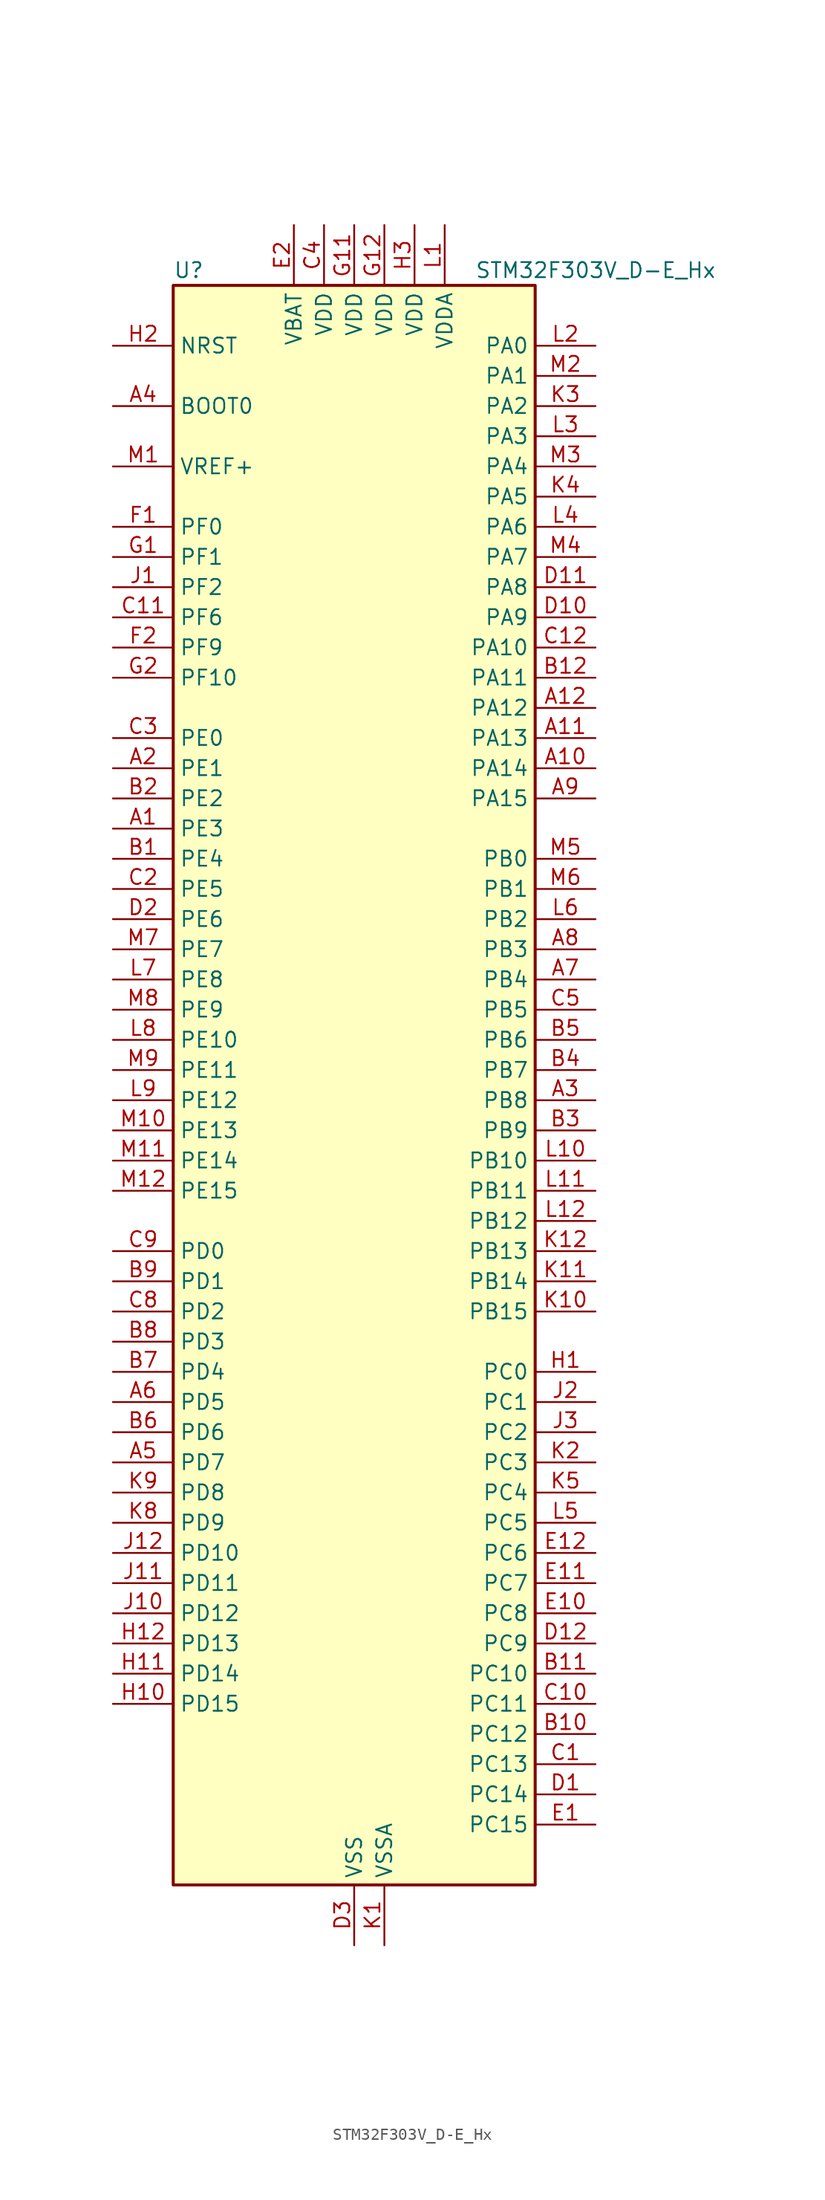
<source format=kicad_sym>
(kicad_symbol_lib
  (version 20241209)
  (generator "kicad_symbol_editor")
  (generator_version "9.0")
  (symbol "STM32F303V_D-E_Hx"
    (property "Reference" "U"
      (at -15.24 69.85 0)
      (effects (font (size 1.27 1.27)) (justify left)))
    (property "Value" "STM32F303V_D-E_Hx"
      (at 10.16 69.85 0)
      (effects (font (size 1.27 1.27)) (justify left)))
    (symbol "STM32F303V_D-E_Hx_0_1"
      (rectangle (start -15.24 -66.04) (end 15.24 68.58) (stroke (width 0.254) (type default)) (fill (type background))))
    (symbol "STM32F303V_D-E_Hx_1_1"
      (pin input line (at -20.32 63.5 0) (length 5.08) (name "NRST" (effects (font (size 1.27 1.27)))) (number "H2" (effects (font (size 1.27 1.27)))))
      (pin input line (at -20.32 58.42 0) (length 5.08) (name "BOOT0" (effects (font (size 1.27 1.27)))) (number "A4" (effects (font (size 1.27 1.27)))))
      (pin input line (at -20.32 53.34 0) (length 5.08) (name "VREF+" (effects (font (size 1.27 1.27)))) (number "M1" (effects (font (size 1.27 1.27)))))
      (pin bidirectional line (at -20.32 48.26 0) (length 5.08) (name "PF0" (effects (font (size 1.27 1.27)))) (number "F1" (effects (font (size 1.27 1.27)))) (alternate "I2C2_SDA" bidirectional line) (alternate "I2S2_WS" bidirectional line) (alternate "RCC_OSC_IN" bidirectional line) (alternate "SPI2_NSS" bidirectional line) (alternate "TIM1_CH3N" bidirectional line))
      (pin bidirectional line (at -20.32 45.72 0) (length 5.08) (name "PF1" (effects (font (size 1.27 1.27)))) (number "G1" (effects (font (size 1.27 1.27)))) (alternate "I2C2_SCL" bidirectional line) (alternate "I2S2_CK" bidirectional line) (alternate "RCC_OSC_OUT" bidirectional line) (alternate "SPI2_SCK" bidirectional line))
      (pin bidirectional line (at -20.32 43.18 0) (length 5.08) (name "PF2" (effects (font (size 1.27 1.27)))) (number "J1" (effects (font (size 1.27 1.27)))) (alternate "ADC1_IN10" bidirectional line) (alternate "ADC2_IN10" bidirectional line) (alternate "ADC3_EXTI2" bidirectional line) (alternate "ADC4_EXTI2" bidirectional line) (alternate "FMC_A2" bidirectional line) (alternate "TIM20_CH3" bidirectional line))
      (pin bidirectional line (at -20.32 40.64 0) (length 5.08) (name "PF6" (effects (font (size 1.27 1.27)))) (number "C11" (effects (font (size 1.27 1.27)))) (alternate "FMC_NIORD" bidirectional line) (alternate "I2C2_SCL" bidirectional line) (alternate "TIM4_CH4" bidirectional line) (alternate "USART3_DE" bidirectional line) (alternate "USART3_RTS" bidirectional line))
      (pin bidirectional line (at -20.32 38.1 0) (length 5.08) (name "PF9" (effects (font (size 1.27 1.27)))) (number "F2" (effects (font (size 1.27 1.27)))) (alternate "DAC1_EXTI9" bidirectional line) (alternate "FMC_CD" bidirectional line) (alternate "SPI2_SCK" bidirectional line) (alternate "TIM15_CH1" bidirectional line) (alternate "TIM20_BKIN" bidirectional line))
      (pin bidirectional line (at -20.32 35.56 0) (length 5.08) (name "PF10" (effects (font (size 1.27 1.27)))) (number "G2" (effects (font (size 1.27 1.27)))) (alternate "FMC_INTR" bidirectional line) (alternate "SPI2_SCK" bidirectional line) (alternate "TIM15_CH2" bidirectional line) (alternate "TIM20_BKIN2" bidirectional line))
      (pin bidirectional line (at -20.32 30.48 0) (length 5.08) (name "PE0" (effects (font (size 1.27 1.27)))) (number "C3" (effects (font (size 1.27 1.27)))) (alternate "FMC_NBL0" bidirectional line) (alternate "TIM16_CH1" bidirectional line) (alternate "TIM20_ETR" bidirectional line) (alternate "TIM4_ETR" bidirectional line) (alternate "USART1_TX" bidirectional line))
      (pin bidirectional line (at -20.32 27.94 0) (length 5.08) (name "PE1" (effects (font (size 1.27 1.27)))) (number "A2" (effects (font (size 1.27 1.27)))) (alternate "FMC_NBL1" bidirectional line) (alternate "TIM17_CH1" bidirectional line) (alternate "TIM20_CH4" bidirectional line) (alternate "USART1_RX" bidirectional line))
      (pin bidirectional line (at -20.32 25.4 0) (length 5.08) (name "PE2" (effects (font (size 1.27 1.27)))) (number "B2" (effects (font (size 1.27 1.27)))) (alternate "ADC3_EXTI2" bidirectional line) (alternate "ADC4_EXTI2" bidirectional line) (alternate "FMC_A23" bidirectional line) (alternate "SPI4_SCK" bidirectional line) (alternate "SYS_TRACECK" bidirectional line) (alternate "TIM20_CH1" bidirectional line) (alternate "TIM3_CH1" bidirectional line) (alternate "TSC_G7_IO1" bidirectional line))
      (pin bidirectional line (at -20.32 22.86 0) (length 5.08) (name "PE3" (effects (font (size 1.27 1.27)))) (number "A1" (effects (font (size 1.27 1.27)))) (alternate "FMC_A19" bidirectional line) (alternate "SPI4_NSS" bidirectional line) (alternate "SYS_TRACED0" bidirectional line) (alternate "TIM20_CH2" bidirectional line) (alternate "TIM3_CH2" bidirectional line) (alternate "TSC_G7_IO2" bidirectional line))
      (pin bidirectional line (at -20.32 20.32 0) (length 5.08) (name "PE4" (effects (font (size 1.27 1.27)))) (number "B1" (effects (font (size 1.27 1.27)))) (alternate "FMC_A20" bidirectional line) (alternate "SPI4_NSS" bidirectional line) (alternate "SYS_TRACED1" bidirectional line) (alternate "TIM20_CH1N" bidirectional line) (alternate "TIM3_CH3" bidirectional line) (alternate "TSC_G7_IO3" bidirectional line))
      (pin bidirectional line (at -20.32 17.78 0) (length 5.08) (name "PE5" (effects (font (size 1.27 1.27)))) (number "C2" (effects (font (size 1.27 1.27)))) (alternate "FMC_A21" bidirectional line) (alternate "SPI4_MISO" bidirectional line) (alternate "SYS_TRACED2" bidirectional line) (alternate "TIM20_CH2N" bidirectional line) (alternate "TIM3_CH4" bidirectional line) (alternate "TSC_G7_IO4" bidirectional line))
      (pin bidirectional line (at -20.32 15.24 0) (length 5.08) (name "PE6" (effects (font (size 1.27 1.27)))) (number "D2" (effects (font (size 1.27 1.27)))) (alternate "FMC_A22" bidirectional line) (alternate "RTC_TAMP3" bidirectional line) (alternate "SPI4_MOSI" bidirectional line) (alternate "SYS_TRACED3" bidirectional line) (alternate "SYS_WKUP3" bidirectional line) (alternate "TIM20_CH3N" bidirectional line))
      (pin bidirectional line (at -20.32 12.7 0) (length 5.08) (name "PE7" (effects (font (size 1.27 1.27)))) (number "M7" (effects (font (size 1.27 1.27)))) (alternate "ADC3_IN13" bidirectional line) (alternate "FMC_D4" bidirectional line) (alternate "FMC_DA4" bidirectional line) (alternate "TIM1_ETR" bidirectional line))
      (pin bidirectional line (at -20.32 10.16 0) (length 5.08) (name "PE8" (effects (font (size 1.27 1.27)))) (number "L7" (effects (font (size 1.27 1.27)))) (alternate "ADC3_IN6" bidirectional line) (alternate "ADC4_IN6" bidirectional line) (alternate "COMP4_INM" bidirectional line) (alternate "FMC_D5" bidirectional line) (alternate "FMC_DA5" bidirectional line) (alternate "TIM1_CH1N" bidirectional line))
      (pin bidirectional line (at -20.32 7.62 0) (length 5.08) (name "PE9" (effects (font (size 1.27 1.27)))) (number "M8" (effects (font (size 1.27 1.27)))) (alternate "ADC3_IN2" bidirectional line) (alternate "DAC1_EXTI9" bidirectional line) (alternate "FMC_D6" bidirectional line) (alternate "FMC_DA6" bidirectional line) (alternate "TIM1_CH1" bidirectional line))
      (pin bidirectional line (at -20.32 5.08 0) (length 5.08) (name "PE10" (effects (font (size 1.27 1.27)))) (number "L8" (effects (font (size 1.27 1.27)))) (alternate "ADC3_IN14" bidirectional line) (alternate "FMC_D7" bidirectional line) (alternate "FMC_DA7" bidirectional line) (alternate "TIM1_CH2N" bidirectional line))
      (pin bidirectional line (at -20.32 2.54 0) (length 5.08) (name "PE11" (effects (font (size 1.27 1.27)))) (number "M9" (effects (font (size 1.27 1.27)))) (alternate "ADC1_EXTI11" bidirectional line) (alternate "ADC2_EXTI11" bidirectional line) (alternate "ADC3_IN15" bidirectional line) (alternate "FMC_D8" bidirectional line) (alternate "FMC_DA8" bidirectional line) (alternate "SPI4_NSS" bidirectional line) (alternate "TIM1_CH2" bidirectional line))
      (pin bidirectional line (at -20.32 0 0) (length 5.08) (name "PE12" (effects (font (size 1.27 1.27)))) (number "L9" (effects (font (size 1.27 1.27)))) (alternate "ADC3_IN16" bidirectional line) (alternate "FMC_D9" bidirectional line) (alternate "FMC_DA9" bidirectional line) (alternate "SPI4_SCK" bidirectional line) (alternate "TIM1_CH3N" bidirectional line))
      (pin bidirectional line (at -20.32 -2.54 0) (length 5.08) (name "PE13" (effects (font (size 1.27 1.27)))) (number "M10" (effects (font (size 1.27 1.27)))) (alternate "ADC3_IN3" bidirectional line) (alternate "FMC_D10" bidirectional line) (alternate "FMC_DA10" bidirectional line) (alternate "SPI4_MISO" bidirectional line) (alternate "TIM1_CH3" bidirectional line))
      (pin bidirectional line (at -20.32 -5.08 0) (length 5.08) (name "PE14" (effects (font (size 1.27 1.27)))) (number "M11" (effects (font (size 1.27 1.27)))) (alternate "ADC4_IN1" bidirectional line) (alternate "FMC_D11" bidirectional line) (alternate "FMC_DA11" bidirectional line) (alternate "SPI4_MOSI" bidirectional line) (alternate "TIM1_BKIN2" bidirectional line) (alternate "TIM1_CH4" bidirectional line))
      (pin bidirectional line (at -20.32 -7.62 0) (length 5.08) (name "PE15" (effects (font (size 1.27 1.27)))) (number "M12" (effects (font (size 1.27 1.27)))) (alternate "ADC1_EXTI15" bidirectional line) (alternate "ADC2_EXTI15" bidirectional line) (alternate "ADC3_EXTI15" bidirectional line) (alternate "ADC4_EXTI15" bidirectional line) (alternate "ADC4_IN2" bidirectional line) (alternate "FMC_D12" bidirectional line) (alternate "FMC_DA12" bidirectional line) (alternate "TIM1_BKIN" bidirectional line) (alternate "USART3_RX" bidirectional line))
      (pin bidirectional line (at -20.32 -12.7 0) (length 5.08) (name "PD0" (effects (font (size 1.27 1.27)))) (number "C9" (effects (font (size 1.27 1.27)))) (alternate "CAN_RX" bidirectional line) (alternate "FMC_D2" bidirectional line) (alternate "FMC_DA2" bidirectional line))
      (pin bidirectional line (at -20.32 -15.24 0) (length 5.08) (name "PD1" (effects (font (size 1.27 1.27)))) (number "B9" (effects (font (size 1.27 1.27)))) (alternate "CAN_TX" bidirectional line) (alternate "FMC_D3" bidirectional line) (alternate "FMC_DA3" bidirectional line) (alternate "TIM8_BKIN2" bidirectional line) (alternate "TIM8_CH4" bidirectional line))
      (pin bidirectional line (at -20.32 -17.78 0) (length 5.08) (name "PD2" (effects (font (size 1.27 1.27)))) (number "C8" (effects (font (size 1.27 1.27)))) (alternate "ADC3_EXTI2" bidirectional line) (alternate "ADC4_EXTI2" bidirectional line) (alternate "TIM3_ETR" bidirectional line) (alternate "TIM8_BKIN" bidirectional line) (alternate "UART5_RX" bidirectional line))
      (pin bidirectional line (at -20.32 -20.32 0) (length 5.08) (name "PD3" (effects (font (size 1.27 1.27)))) (number "B8" (effects (font (size 1.27 1.27)))) (alternate "FMC_CLK" bidirectional line) (alternate "TIM2_CH1" bidirectional line) (alternate "TIM2_ETR" bidirectional line) (alternate "USART2_CTS" bidirectional line))
      (pin bidirectional line (at -20.32 -22.86 0) (length 5.08) (name "PD4" (effects (font (size 1.27 1.27)))) (number "B7" (effects (font (size 1.27 1.27)))) (alternate "FMC_NOE" bidirectional line) (alternate "TIM2_CH2" bidirectional line) (alternate "USART2_DE" bidirectional line) (alternate "USART2_RTS" bidirectional line))
      (pin bidirectional line (at -20.32 -25.4 0) (length 5.08) (name "PD5" (effects (font (size 1.27 1.27)))) (number "A6" (effects (font (size 1.27 1.27)))) (alternate "FMC_NWE" bidirectional line) (alternate "USART2_TX" bidirectional line))
      (pin bidirectional line (at -20.32 -27.94 0) (length 5.08) (name "PD6" (effects (font (size 1.27 1.27)))) (number "B6" (effects (font (size 1.27 1.27)))) (alternate "FMC_NWAIT" bidirectional line) (alternate "TIM2_CH4" bidirectional line) (alternate "USART2_RX" bidirectional line))
      (pin bidirectional line (at -20.32 -30.48 0) (length 5.08) (name "PD7" (effects (font (size 1.27 1.27)))) (number "A5" (effects (font (size 1.27 1.27)))) (alternate "FMC_NCE2" bidirectional line) (alternate "FMC_NE1" bidirectional line) (alternate "TIM2_CH3" bidirectional line) (alternate "USART2_CK" bidirectional line))
      (pin bidirectional line (at -20.32 -33.02 0) (length 5.08) (name "PD8" (effects (font (size 1.27 1.27)))) (number "K9" (effects (font (size 1.27 1.27)))) (alternate "ADC4_IN12" bidirectional line) (alternate "FMC_D13" bidirectional line) (alternate "FMC_DA13" bidirectional line) (alternate "OPAMP4_VINM" bidirectional line) (alternate "OPAMP4_VINM_SEC" bidirectional line) (alternate "USART3_TX" bidirectional line))
      (pin bidirectional line (at -20.32 -35.56 0) (length 5.08) (name "PD9" (effects (font (size 1.27 1.27)))) (number "K8" (effects (font (size 1.27 1.27)))) (alternate "ADC4_IN13" bidirectional line) (alternate "DAC1_EXTI9" bidirectional line) (alternate "FMC_D14" bidirectional line) (alternate "FMC_DA14" bidirectional line) (alternate "USART3_RX" bidirectional line))
      (pin bidirectional line (at -20.32 -38.1 0) (length 5.08) (name "PD10" (effects (font (size 1.27 1.27)))) (number "J12" (effects (font (size 1.27 1.27)))) (alternate "ADC3_IN7" bidirectional line) (alternate "ADC4_IN7" bidirectional line) (alternate "COMP6_INM" bidirectional line) (alternate "FMC_D15" bidirectional line) (alternate "FMC_DA15" bidirectional line) (alternate "USART3_CK" bidirectional line))
      (pin bidirectional line (at -20.32 -40.64 0) (length 5.08) (name "PD11" (effects (font (size 1.27 1.27)))) (number "J11" (effects (font (size 1.27 1.27)))) (alternate "ADC1_EXTI11" bidirectional line) (alternate "ADC2_EXTI11" bidirectional line) (alternate "ADC3_IN8" bidirectional line) (alternate "ADC4_IN8" bidirectional line) (alternate "FMC_A16" bidirectional line) (alternate "FMC_CLE" bidirectional line) (alternate "OPAMP4_VINP" bidirectional line) (alternate "OPAMP4_VINP_SEC" bidirectional line) (alternate "USART3_CTS" bidirectional line))
      (pin bidirectional line (at -20.32 -43.18 0) (length 5.08) (name "PD12" (effects (font (size 1.27 1.27)))) (number "J10" (effects (font (size 1.27 1.27)))) (alternate "ADC3_IN9" bidirectional line) (alternate "ADC4_IN9" bidirectional line) (alternate "FMC_A17" bidirectional line) (alternate "FMC_ALE" bidirectional line) (alternate "TIM4_CH1" bidirectional line) (alternate "TSC_G8_IO1" bidirectional line) (alternate "USART3_DE" bidirectional line) (alternate "USART3_RTS" bidirectional line))
      (pin bidirectional line (at -20.32 -45.72 0) (length 5.08) (name "PD13" (effects (font (size 1.27 1.27)))) (number "H12" (effects (font (size 1.27 1.27)))) (alternate "ADC3_IN10" bidirectional line) (alternate "ADC4_IN10" bidirectional line) (alternate "COMP5_INM" bidirectional line) (alternate "FMC_A18" bidirectional line) (alternate "TIM4_CH2" bidirectional line) (alternate "TSC_G8_IO2" bidirectional line))
      (pin bidirectional line (at -20.32 -48.26 0) (length 5.08) (name "PD14" (effects (font (size 1.27 1.27)))) (number "H11" (effects (font (size 1.27 1.27)))) (alternate "ADC3_IN11" bidirectional line) (alternate "ADC4_IN11" bidirectional line) (alternate "FMC_D0" bidirectional line) (alternate "FMC_DA0" bidirectional line) (alternate "OPAMP2_VINP" bidirectional line) (alternate "OPAMP2_VINP_SEC" bidirectional line) (alternate "TIM4_CH3" bidirectional line) (alternate "TSC_G8_IO3" bidirectional line))
      (pin bidirectional line (at -20.32 -50.8 0) (length 5.08) (name "PD15" (effects (font (size 1.27 1.27)))) (number "H10" (effects (font (size 1.27 1.27)))) (alternate "ADC1_EXTI15" bidirectional line) (alternate "ADC2_EXTI15" bidirectional line) (alternate "ADC3_EXTI15" bidirectional line) (alternate "ADC4_EXTI15" bidirectional line) (alternate "COMP3_INM" bidirectional line) (alternate "FMC_D1" bidirectional line) (alternate "FMC_DA1" bidirectional line) (alternate "SPI2_NSS" bidirectional line) (alternate "TIM4_CH4" bidirectional line) (alternate "TSC_G8_IO4" bidirectional line))
      (pin power_in line (at -5.08 73.66 270) (length 5.08) (name "VBAT" (effects (font (size 1.27 1.27)))) (number "E2" (effects (font (size 1.27 1.27)))))
      (pin power_in line (at -2.54 73.66 270) (length 5.08) (name "VDD" (effects (font (size 1.27 1.27)))) (number "C4" (effects (font (size 1.27 1.27)))))
      (pin power_in line (at 0 73.66 270) (length 5.08) (name "VDD" (effects (font (size 1.27 1.27)))) (number "G11" (effects (font (size 1.27 1.27)))))
      (pin power_in line (at 0 -71.12 90) (length 5.08) (name "VSS" (effects (font (size 1.27 1.27)))) (number "D3" (effects (font (size 1.27 1.27)))))
      (pin passive line (at 0 -71.12 90) (length 5.08) (hide yes) (name "VSS" (effects (font (size 1.27 1.27)))) (number "E3" (effects (font (size 1.27 1.27)))))
      (pin passive line (at 0 -71.12 90) (length 5.08) (hide yes) (name "VSS" (effects (font (size 1.27 1.27)))) (number "F11" (effects (font (size 1.27 1.27)))))
      (pin passive line (at 0 -71.12 90) (length 5.08) (hide yes) (name "VSS" (effects (font (size 1.27 1.27)))) (number "F12" (effects (font (size 1.27 1.27)))))
      (pin power_in line (at 2.54 73.66 270) (length 5.08) (name "VDD" (effects (font (size 1.27 1.27)))) (number "G12" (effects (font (size 1.27 1.27)))))
      (pin power_in line (at 2.54 -71.12 90) (length 5.08) (name "VSSA" (effects (font (size 1.27 1.27)))) (number "K1" (effects (font (size 1.27 1.27)))))
      (pin power_in line (at 5.08 73.66 270) (length 5.08) (name "VDD" (effects (font (size 1.27 1.27)))) (number "H3" (effects (font (size 1.27 1.27)))))
      (pin power_in line (at 7.62 73.66 270) (length 5.08) (name "VDDA" (effects (font (size 1.27 1.27)))) (number "L1" (effects (font (size 1.27 1.27)))))
      (pin bidirectional line (at 20.32 63.5 180) (length 5.08) (name "PA0" (effects (font (size 1.27 1.27)))) (number "L2" (effects (font (size 1.27 1.27)))) (alternate "ADC1_IN1" bidirectional line) (alternate "COMP1_INM" bidirectional line) (alternate "COMP1_OUT" bidirectional line) (alternate "RTC_TAMP2" bidirectional line) (alternate "SYS_WKUP1" bidirectional line) (alternate "TIM2_CH1" bidirectional line) (alternate "TIM2_ETR" bidirectional line) (alternate "TIM8_BKIN" bidirectional line) (alternate "TIM8_ETR" bidirectional line) (alternate "TSC_G1_IO1" bidirectional line) (alternate "USART2_CTS" bidirectional line))
      (pin bidirectional line (at 20.32 60.96 180) (length 5.08) (name "PA1" (effects (font (size 1.27 1.27)))) (number "M2" (effects (font (size 1.27 1.27)))) (alternate "ADC1_IN2" bidirectional line) (alternate "COMP1_INP" bidirectional line) (alternate "OPAMP1_VINP" bidirectional line) (alternate "OPAMP1_VINP_SEC" bidirectional line) (alternate "OPAMP3_VINP" bidirectional line) (alternate "OPAMP3_VINP_SEC" bidirectional line) (alternate "RTC_REFIN" bidirectional line) (alternate "TIM15_CH1N" bidirectional line) (alternate "TIM2_CH2" bidirectional line) (alternate "TSC_G1_IO2" bidirectional line) (alternate "USART2_DE" bidirectional line) (alternate "USART2_RTS" bidirectional line))
      (pin bidirectional line (at 20.32 58.42 180) (length 5.08) (name "PA2" (effects (font (size 1.27 1.27)))) (number "K3" (effects (font (size 1.27 1.27)))) (alternate "ADC1_IN3" bidirectional line) (alternate "ADC3_EXTI2" bidirectional line) (alternate "ADC4_EXTI2" bidirectional line) (alternate "COMP2_INM" bidirectional line) (alternate "COMP2_OUT" bidirectional line) (alternate "OPAMP1_VOUT" bidirectional line) (alternate "TIM15_CH1" bidirectional line) (alternate "TIM2_CH3" bidirectional line) (alternate "TSC_G1_IO3" bidirectional line) (alternate "USART2_TX" bidirectional line))
      (pin bidirectional line (at 20.32 55.88 180) (length 5.08) (name "PA3" (effects (font (size 1.27 1.27)))) (number "L3" (effects (font (size 1.27 1.27)))) (alternate "ADC1_IN4" bidirectional line) (alternate "OPAMP1_VINM" bidirectional line) (alternate "OPAMP1_VINM_SEC" bidirectional line) (alternate "OPAMP1_VINP" bidirectional line) (alternate "OPAMP1_VINP_SEC" bidirectional line) (alternate "TIM15_CH2" bidirectional line) (alternate "TIM2_CH4" bidirectional line) (alternate "TSC_G1_IO4" bidirectional line) (alternate "USART2_RX" bidirectional line))
      (pin bidirectional line (at 20.32 53.34 180) (length 5.08) (name "PA4" (effects (font (size 1.27 1.27)))) (number "M3" (effects (font (size 1.27 1.27)))) (alternate "ADC2_IN1" bidirectional line) (alternate "COMP1_INM" bidirectional line) (alternate "COMP2_INM" bidirectional line) (alternate "COMP3_INM" bidirectional line) (alternate "COMP4_INM" bidirectional line) (alternate "COMP5_INM" bidirectional line) (alternate "COMP6_INM" bidirectional line) (alternate "COMP7_INM" bidirectional line) (alternate "DAC1_OUT1" bidirectional line) (alternate "I2S3_WS" bidirectional line) (alternate "OPAMP4_VINP" bidirectional line) (alternate "OPAMP4_VINP_SEC" bidirectional line) (alternate "SPI1_NSS" bidirectional line) (alternate "SPI3_NSS" bidirectional line) (alternate "TIM3_CH2" bidirectional line) (alternate "TSC_G2_IO1" bidirectional line) (alternate "USART2_CK" bidirectional line))
      (pin bidirectional line (at 20.32 50.8 180) (length 5.08) (name "PA5" (effects (font (size 1.27 1.27)))) (number "K4" (effects (font (size 1.27 1.27)))) (alternate "ADC2_IN2" bidirectional line) (alternate "COMP1_INM" bidirectional line) (alternate "COMP2_INM" bidirectional line) (alternate "COMP3_INM" bidirectional line) (alternate "COMP4_INM" bidirectional line) (alternate "COMP5_INM" bidirectional line) (alternate "COMP6_INM" bidirectional line) (alternate "COMP7_INM" bidirectional line) (alternate "DAC1_OUT2" bidirectional line) (alternate "OPAMP1_VINP" bidirectional line) (alternate "OPAMP1_VINP_SEC" bidirectional line) (alternate "OPAMP2_VINM" bidirectional line) (alternate "OPAMP2_VINM_SEC" bidirectional line) (alternate "OPAMP3_VINP" bidirectional line) (alternate "OPAMP3_VINP_SEC" bidirectional line) (alternate "SPI1_SCK" bidirectional line) (alternate "TIM2_CH1" bidirectional line) (alternate "TIM2_ETR" bidirectional line) (alternate "TSC_G2_IO2" bidirectional line))
      (pin bidirectional line (at 20.32 48.26 180) (length 5.08) (name "PA6" (effects (font (size 1.27 1.27)))) (number "L4" (effects (font (size 1.27 1.27)))) (alternate "ADC2_IN3" bidirectional line) (alternate "COMP1_OUT" bidirectional line) (alternate "OPAMP2_VOUT" bidirectional line) (alternate "SPI1_MISO" bidirectional line) (alternate "TIM16_CH1" bidirectional line) (alternate "TIM1_BKIN" bidirectional line) (alternate "TIM3_CH1" bidirectional line) (alternate "TIM8_BKIN" bidirectional line) (alternate "TSC_G2_IO3" bidirectional line))
      (pin bidirectional line (at 20.32 45.72 180) (length 5.08) (name "PA7" (effects (font (size 1.27 1.27)))) (number "M4" (effects (font (size 1.27 1.27)))) (alternate "ADC2_IN4" bidirectional line) (alternate "COMP2_INP" bidirectional line) (alternate "OPAMP1_VINP" bidirectional line) (alternate "OPAMP1_VINP_SEC" bidirectional line) (alternate "OPAMP2_VINP" bidirectional line) (alternate "OPAMP2_VINP_SEC" bidirectional line) (alternate "SPI1_MOSI" bidirectional line) (alternate "TIM17_CH1" bidirectional line) (alternate "TIM1_CH1N" bidirectional line) (alternate "TIM3_CH2" bidirectional line) (alternate "TIM8_CH1N" bidirectional line) (alternate "TSC_G2_IO4" bidirectional line))
      (pin bidirectional line (at 20.32 43.18 180) (length 5.08) (name "PA8" (effects (font (size 1.27 1.27)))) (number "D11" (effects (font (size 1.27 1.27)))) (alternate "COMP3_OUT" bidirectional line) (alternate "I2C2_SMBA" bidirectional line) (alternate "I2C3_SCL" bidirectional line) (alternate "I2S2_MCK" bidirectional line) (alternate "RCC_MCO" bidirectional line) (alternate "TIM1_CH1" bidirectional line) (alternate "TIM4_ETR" bidirectional line) (alternate "USART1_CK" bidirectional line))
      (pin bidirectional line (at 20.32 40.64 180) (length 5.08) (name "PA9" (effects (font (size 1.27 1.27)))) (number "D10" (effects (font (size 1.27 1.27)))) (alternate "COMP5_OUT" bidirectional line) (alternate "DAC1_EXTI9" bidirectional line) (alternate "I2C2_SCL" bidirectional line) (alternate "I2C3_SMBA" bidirectional line) (alternate "I2S3_MCK" bidirectional line) (alternate "TIM15_BKIN" bidirectional line) (alternate "TIM1_CH2" bidirectional line) (alternate "TIM2_CH3" bidirectional line) (alternate "TSC_G4_IO1" bidirectional line) (alternate "USART1_TX" bidirectional line))
      (pin bidirectional line (at 20.32 38.1 180) (length 5.08) (name "PA10" (effects (font (size 1.27 1.27)))) (number "C12" (effects (font (size 1.27 1.27)))) (alternate "COMP6_OUT" bidirectional line) (alternate "I2C2_SDA" bidirectional line) (alternate "I2S2_ext_SD" bidirectional line) (alternate "SPI2_MISO" bidirectional line) (alternate "TIM17_BKIN" bidirectional line) (alternate "TIM1_CH3" bidirectional line) (alternate "TIM2_CH4" bidirectional line) (alternate "TIM8_BKIN" bidirectional line) (alternate "TSC_G4_IO2" bidirectional line) (alternate "USART1_RX" bidirectional line))
      (pin bidirectional line (at 20.32 35.56 180) (length 5.08) (name "PA11" (effects (font (size 1.27 1.27)))) (number "B12" (effects (font (size 1.27 1.27)))) (alternate "ADC1_EXTI11" bidirectional line) (alternate "ADC2_EXTI11" bidirectional line) (alternate "CAN_RX" bidirectional line) (alternate "COMP1_OUT" bidirectional line) (alternate "I2S2_SD" bidirectional line) (alternate "SPI2_MOSI" bidirectional line) (alternate "TIM1_BKIN2" bidirectional line) (alternate "TIM1_CH1N" bidirectional line) (alternate "TIM1_CH4" bidirectional line) (alternate "TIM4_CH1" bidirectional line) (alternate "USART1_CTS" bidirectional line) (alternate "USB_DM" bidirectional line))
      (pin bidirectional line (at 20.32 33.02 180) (length 5.08) (name "PA12" (effects (font (size 1.27 1.27)))) (number "A12" (effects (font (size 1.27 1.27)))) (alternate "CAN_TX" bidirectional line) (alternate "COMP2_OUT" bidirectional line) (alternate "I2S_CKIN" bidirectional line) (alternate "TIM16_CH1" bidirectional line) (alternate "TIM1_CH2N" bidirectional line) (alternate "TIM1_ETR" bidirectional line) (alternate "TIM4_CH2" bidirectional line) (alternate "USART1_DE" bidirectional line) (alternate "USART1_RTS" bidirectional line) (alternate "USB_DP" bidirectional line))
      (pin bidirectional line (at 20.32 30.48 180) (length 5.08) (name "PA13" (effects (font (size 1.27 1.27)))) (number "A11" (effects (font (size 1.27 1.27)))) (alternate "IR_OUT" bidirectional line) (alternate "SYS_JTMS-SWDIO" bidirectional line) (alternate "TIM16_CH1N" bidirectional line) (alternate "TIM4_CH3" bidirectional line) (alternate "TSC_G4_IO3" bidirectional line) (alternate "USART3_CTS" bidirectional line))
      (pin bidirectional line (at 20.32 27.94 180) (length 5.08) (name "PA14" (effects (font (size 1.27 1.27)))) (number "A10" (effects (font (size 1.27 1.27)))) (alternate "I2C1_SDA" bidirectional line) (alternate "SYS_JTCK-SWCLK" bidirectional line) (alternate "TIM1_BKIN" bidirectional line) (alternate "TIM8_CH2" bidirectional line) (alternate "TSC_G4_IO4" bidirectional line) (alternate "USART2_TX" bidirectional line))
      (pin bidirectional line (at 20.32 25.4 180) (length 5.08) (name "PA15" (effects (font (size 1.27 1.27)))) (number "A9" (effects (font (size 1.27 1.27)))) (alternate "ADC1_EXTI15" bidirectional line) (alternate "ADC2_EXTI15" bidirectional line) (alternate "ADC3_EXTI15" bidirectional line) (alternate "ADC4_EXTI15" bidirectional line) (alternate "I2C1_SCL" bidirectional line) (alternate "I2S3_WS" bidirectional line) (alternate "SPI1_NSS" bidirectional line) (alternate "SPI3_NSS" bidirectional line) (alternate "SYS_JTDI" bidirectional line) (alternate "TIM1_BKIN" bidirectional line) (alternate "TIM2_CH1" bidirectional line) (alternate "TIM2_ETR" bidirectional line) (alternate "TIM8_CH1" bidirectional line) (alternate "TSC_SYNC" bidirectional line) (alternate "USART2_RX" bidirectional line))
      (pin bidirectional line (at 20.32 20.32 180) (length 5.08) (name "PB0" (effects (font (size 1.27 1.27)))) (number "M5" (effects (font (size 1.27 1.27)))) (alternate "ADC3_IN12" bidirectional line) (alternate "COMP4_INP" bidirectional line) (alternate "OPAMP2_VINP" bidirectional line) (alternate "OPAMP2_VINP_SEC" bidirectional line) (alternate "OPAMP3_VINP" bidirectional line) (alternate "OPAMP3_VINP_SEC" bidirectional line) (alternate "TIM1_CH2N" bidirectional line) (alternate "TIM3_CH3" bidirectional line) (alternate "TIM8_CH2N" bidirectional line) (alternate "TSC_G3_IO2" bidirectional line))
      (pin bidirectional line (at 20.32 17.78 180) (length 5.08) (name "PB1" (effects (font (size 1.27 1.27)))) (number "M6" (effects (font (size 1.27 1.27)))) (alternate "ADC3_IN1" bidirectional line) (alternate "COMP4_OUT" bidirectional line) (alternate "OPAMP3_VOUT" bidirectional line) (alternate "TIM1_CH3N" bidirectional line) (alternate "TIM3_CH4" bidirectional line) (alternate "TIM8_CH3N" bidirectional line) (alternate "TSC_G3_IO3" bidirectional line))
      (pin bidirectional line (at 20.32 15.24 180) (length 5.08) (name "PB2" (effects (font (size 1.27 1.27)))) (number "L6" (effects (font (size 1.27 1.27)))) (alternate "ADC2_IN12" bidirectional line) (alternate "ADC3_EXTI2" bidirectional line) (alternate "ADC4_EXTI2" bidirectional line) (alternate "COMP4_INM" bidirectional line) (alternate "OPAMP3_VINM" bidirectional line) (alternate "OPAMP3_VINM_SEC" bidirectional line) (alternate "TSC_G3_IO4" bidirectional line))
      (pin bidirectional line (at 20.32 12.7 180) (length 5.08) (name "PB3" (effects (font (size 1.27 1.27)))) (number "A8" (effects (font (size 1.27 1.27)))) (alternate "I2S3_CK" bidirectional line) (alternate "SPI1_SCK" bidirectional line) (alternate "SPI3_SCK" bidirectional line) (alternate "SYS_JTDO-TRACESWO" bidirectional line) (alternate "TIM2_CH2" bidirectional line) (alternate "TIM3_ETR" bidirectional line) (alternate "TIM4_ETR" bidirectional line) (alternate "TIM8_CH1N" bidirectional line) (alternate "TSC_G5_IO1" bidirectional line) (alternate "USART2_TX" bidirectional line))
      (pin bidirectional line (at 20.32 10.16 180) (length 5.08) (name "PB4" (effects (font (size 1.27 1.27)))) (number "A7" (effects (font (size 1.27 1.27)))) (alternate "I2S3_ext_SD" bidirectional line) (alternate "SPI1_MISO" bidirectional line) (alternate "SPI3_MISO" bidirectional line) (alternate "SYS_NJTRST" bidirectional line) (alternate "TIM16_CH1" bidirectional line) (alternate "TIM17_BKIN" bidirectional line) (alternate "TIM3_CH1" bidirectional line) (alternate "TIM8_CH2N" bidirectional line) (alternate "TSC_G5_IO2" bidirectional line) (alternate "USART2_RX" bidirectional line))
      (pin bidirectional line (at 20.32 7.62 180) (length 5.08) (name "PB5" (effects (font (size 1.27 1.27)))) (number "C5" (effects (font (size 1.27 1.27)))) (alternate "I2C1_SMBA" bidirectional line) (alternate "I2C3_SDA" bidirectional line) (alternate "I2S3_SD" bidirectional line) (alternate "SPI1_MOSI" bidirectional line) (alternate "SPI3_MOSI" bidirectional line) (alternate "TIM16_BKIN" bidirectional line) (alternate "TIM17_CH1" bidirectional line) (alternate "TIM3_CH2" bidirectional line) (alternate "TIM8_CH3N" bidirectional line) (alternate "USART2_CK" bidirectional line))
      (pin bidirectional line (at 20.32 5.08 180) (length 5.08) (name "PB6" (effects (font (size 1.27 1.27)))) (number "B5" (effects (font (size 1.27 1.27)))) (alternate "I2C1_SCL" bidirectional line) (alternate "TIM16_CH1N" bidirectional line) (alternate "TIM4_CH1" bidirectional line) (alternate "TIM8_BKIN2" bidirectional line) (alternate "TIM8_CH1" bidirectional line) (alternate "TIM8_ETR" bidirectional line) (alternate "TSC_G5_IO3" bidirectional line) (alternate "USART1_TX" bidirectional line))
      (pin bidirectional line (at 20.32 2.54 180) (length 5.08) (name "PB7" (effects (font (size 1.27 1.27)))) (number "B4" (effects (font (size 1.27 1.27)))) (alternate "FMC_NL" bidirectional line) (alternate "I2C1_SDA" bidirectional line) (alternate "TIM17_CH1N" bidirectional line) (alternate "TIM3_CH4" bidirectional line) (alternate "TIM4_CH2" bidirectional line) (alternate "TIM8_BKIN" bidirectional line) (alternate "TSC_G5_IO4" bidirectional line) (alternate "USART1_RX" bidirectional line))
      (pin bidirectional line (at 20.32 0 180) (length 5.08) (name "PB8" (effects (font (size 1.27 1.27)))) (number "A3" (effects (font (size 1.27 1.27)))) (alternate "CAN_RX" bidirectional line) (alternate "COMP1_OUT" bidirectional line) (alternate "I2C1_SCL" bidirectional line) (alternate "TIM16_CH1" bidirectional line) (alternate "TIM1_BKIN" bidirectional line) (alternate "TIM4_CH3" bidirectional line) (alternate "TIM8_CH2" bidirectional line) (alternate "TSC_SYNC" bidirectional line) (alternate "USART3_RX" bidirectional line))
      (pin bidirectional line (at 20.32 -2.54 180) (length 5.08) (name "PB9" (effects (font (size 1.27 1.27)))) (number "B3" (effects (font (size 1.27 1.27)))) (alternate "CAN_TX" bidirectional line) (alternate "COMP2_OUT" bidirectional line) (alternate "DAC1_EXTI9" bidirectional line) (alternate "I2C1_SDA" bidirectional line) (alternate "IR_OUT" bidirectional line) (alternate "TIM17_CH1" bidirectional line) (alternate "TIM4_CH4" bidirectional line) (alternate "TIM8_CH3" bidirectional line) (alternate "USART3_TX" bidirectional line))
      (pin bidirectional line (at 20.32 -5.08 180) (length 5.08) (name "PB10" (effects (font (size 1.27 1.27)))) (number "L10" (effects (font (size 1.27 1.27)))) (alternate "COMP5_INM" bidirectional line) (alternate "OPAMP3_VINM" bidirectional line) (alternate "OPAMP3_VINM_SEC" bidirectional line) (alternate "OPAMP4_VINM" bidirectional line) (alternate "OPAMP4_VINM_SEC" bidirectional line) (alternate "TIM2_CH3" bidirectional line) (alternate "TSC_SYNC" bidirectional line) (alternate "USART3_TX" bidirectional line))
      (pin bidirectional line (at 20.32 -7.62 180) (length 5.08) (name "PB11" (effects (font (size 1.27 1.27)))) (number "L11" (effects (font (size 1.27 1.27)))) (alternate "ADC1_EXTI11" bidirectional line) (alternate "ADC1_IN14" bidirectional line) (alternate "ADC2_EXTI11" bidirectional line) (alternate "ADC2_IN14" bidirectional line) (alternate "COMP6_INP" bidirectional line) (alternate "OPAMP4_VINP" bidirectional line) (alternate "OPAMP4_VINP_SEC" bidirectional line) (alternate "TIM2_CH4" bidirectional line) (alternate "TSC_G6_IO1" bidirectional line) (alternate "USART3_RX" bidirectional line))
      (pin bidirectional line (at 20.32 -10.16 180) (length 5.08) (name "PB12" (effects (font (size 1.27 1.27)))) (number "L12" (effects (font (size 1.27 1.27)))) (alternate "ADC4_IN3" bidirectional line) (alternate "COMP3_INM" bidirectional line) (alternate "I2C2_SMBA" bidirectional line) (alternate "I2S2_WS" bidirectional line) (alternate "OPAMP4_VOUT" bidirectional line) (alternate "SPI2_NSS" bidirectional line) (alternate "TIM1_BKIN" bidirectional line) (alternate "TSC_G6_IO2" bidirectional line) (alternate "USART3_CK" bidirectional line))
      (pin bidirectional line (at 20.32 -12.7 180) (length 5.08) (name "PB13" (effects (font (size 1.27 1.27)))) (number "K12" (effects (font (size 1.27 1.27)))) (alternate "ADC3_IN5" bidirectional line) (alternate "COMP5_INP" bidirectional line) (alternate "I2S2_CK" bidirectional line) (alternate "OPAMP3_VINP" bidirectional line) (alternate "OPAMP3_VINP_SEC" bidirectional line) (alternate "OPAMP4_VINP" bidirectional line) (alternate "OPAMP4_VINP_SEC" bidirectional line) (alternate "SPI2_SCK" bidirectional line) (alternate "TIM1_CH1N" bidirectional line) (alternate "TSC_G6_IO3" bidirectional line) (alternate "USART3_CTS" bidirectional line))
      (pin bidirectional line (at 20.32 -15.24 180) (length 5.08) (name "PB14" (effects (font (size 1.27 1.27)))) (number "K11" (effects (font (size 1.27 1.27)))) (alternate "ADC4_IN4" bidirectional line) (alternate "COMP3_INP" bidirectional line) (alternate "I2S2_ext_SD" bidirectional line) (alternate "OPAMP2_VINP" bidirectional line) (alternate "OPAMP2_VINP_SEC" bidirectional line) (alternate "SPI2_MISO" bidirectional line) (alternate "TIM15_CH1" bidirectional line) (alternate "TIM1_CH2N" bidirectional line) (alternate "TSC_G6_IO4" bidirectional line) (alternate "USART3_DE" bidirectional line) (alternate "USART3_RTS" bidirectional line))
      (pin bidirectional line (at 20.32 -17.78 180) (length 5.08) (name "PB15" (effects (font (size 1.27 1.27)))) (number "K10" (effects (font (size 1.27 1.27)))) (alternate "ADC1_EXTI15" bidirectional line) (alternate "ADC2_EXTI15" bidirectional line) (alternate "ADC3_EXTI15" bidirectional line) (alternate "ADC4_EXTI15" bidirectional line) (alternate "ADC4_IN5" bidirectional line) (alternate "COMP6_INM" bidirectional line) (alternate "I2S2_SD" bidirectional line) (alternate "RTC_REFIN" bidirectional line) (alternate "SPI2_MOSI" bidirectional line) (alternate "TIM15_CH1N" bidirectional line) (alternate "TIM15_CH2" bidirectional line) (alternate "TIM1_CH3N" bidirectional line))
      (pin bidirectional line (at 20.32 -22.86 180) (length 5.08) (name "PC0" (effects (font (size 1.27 1.27)))) (number "H1" (effects (font (size 1.27 1.27)))) (alternate "ADC1_IN6" bidirectional line) (alternate "ADC2_IN6" bidirectional line) (alternate "COMP7_INM" bidirectional line) (alternate "TIM1_CH1" bidirectional line))
      (pin bidirectional line (at 20.32 -25.4 180) (length 5.08) (name "PC1" (effects (font (size 1.27 1.27)))) (number "J2" (effects (font (size 1.27 1.27)))) (alternate "ADC1_IN7" bidirectional line) (alternate "ADC2_IN7" bidirectional line) (alternate "COMP7_INP" bidirectional line) (alternate "TIM1_CH2" bidirectional line))
      (pin bidirectional line (at 20.32 -27.94 180) (length 5.08) (name "PC2" (effects (font (size 1.27 1.27)))) (number "J3" (effects (font (size 1.27 1.27)))) (alternate "ADC1_IN8" bidirectional line) (alternate "ADC2_IN8" bidirectional line) (alternate "ADC3_EXTI2" bidirectional line) (alternate "ADC4_EXTI2" bidirectional line) (alternate "COMP7_OUT" bidirectional line) (alternate "TIM1_CH3" bidirectional line))
      (pin bidirectional line (at 20.32 -30.48 180) (length 5.08) (name "PC3" (effects (font (size 1.27 1.27)))) (number "K2" (effects (font (size 1.27 1.27)))) (alternate "ADC1_IN9" bidirectional line) (alternate "ADC2_IN9" bidirectional line) (alternate "TIM1_BKIN2" bidirectional line) (alternate "TIM1_CH4" bidirectional line))
      (pin bidirectional line (at 20.32 -33.02 180) (length 5.08) (name "PC4" (effects (font (size 1.27 1.27)))) (number "K5" (effects (font (size 1.27 1.27)))) (alternate "ADC2_IN5" bidirectional line) (alternate "TIM1_ETR" bidirectional line) (alternate "USART1_TX" bidirectional line))
      (pin bidirectional line (at 20.32 -35.56 180) (length 5.08) (name "PC5" (effects (font (size 1.27 1.27)))) (number "L5" (effects (font (size 1.27 1.27)))) (alternate "ADC2_IN11" bidirectional line) (alternate "OPAMP1_VINM" bidirectional line) (alternate "OPAMP1_VINM_SEC" bidirectional line) (alternate "OPAMP2_VINM" bidirectional line) (alternate "OPAMP2_VINM_SEC" bidirectional line) (alternate "TIM15_BKIN" bidirectional line) (alternate "TSC_G3_IO1" bidirectional line) (alternate "USART1_RX" bidirectional line))
      (pin bidirectional line (at 20.32 -38.1 180) (length 5.08) (name "PC6" (effects (font (size 1.27 1.27)))) (number "E12" (effects (font (size 1.27 1.27)))) (alternate "COMP6_OUT" bidirectional line) (alternate "I2S2_MCK" bidirectional line) (alternate "TIM3_CH1" bidirectional line) (alternate "TIM8_CH1" bidirectional line))
      (pin bidirectional line (at 20.32 -40.64 180) (length 5.08) (name "PC7" (effects (font (size 1.27 1.27)))) (number "E11" (effects (font (size 1.27 1.27)))) (alternate "COMP5_OUT" bidirectional line) (alternate "I2S3_MCK" bidirectional line) (alternate "TIM3_CH2" bidirectional line) (alternate "TIM8_CH2" bidirectional line))
      (pin bidirectional line (at 20.32 -43.18 180) (length 5.08) (name "PC8" (effects (font (size 1.27 1.27)))) (number "E10" (effects (font (size 1.27 1.27)))) (alternate "COMP3_OUT" bidirectional line) (alternate "TIM3_CH3" bidirectional line) (alternate "TIM8_CH3" bidirectional line))
      (pin bidirectional line (at 20.32 -45.72 180) (length 5.08) (name "PC9" (effects (font (size 1.27 1.27)))) (number "D12" (effects (font (size 1.27 1.27)))) (alternate "DAC1_EXTI9" bidirectional line) (alternate "I2C3_SDA" bidirectional line) (alternate "I2S_CKIN" bidirectional line) (alternate "TIM3_CH4" bidirectional line) (alternate "TIM8_BKIN2" bidirectional line) (alternate "TIM8_CH4" bidirectional line))
      (pin bidirectional line (at 20.32 -48.26 180) (length 5.08) (name "PC10" (effects (font (size 1.27 1.27)))) (number "B11" (effects (font (size 1.27 1.27)))) (alternate "I2S3_CK" bidirectional line) (alternate "SPI3_SCK" bidirectional line) (alternate "TIM8_CH1N" bidirectional line) (alternate "UART4_TX" bidirectional line) (alternate "USART3_TX" bidirectional line))
      (pin bidirectional line (at 20.32 -50.8 180) (length 5.08) (name "PC11" (effects (font (size 1.27 1.27)))) (number "C10" (effects (font (size 1.27 1.27)))) (alternate "ADC1_EXTI11" bidirectional line) (alternate "ADC2_EXTI11" bidirectional line) (alternate "I2S3_ext_SD" bidirectional line) (alternate "SPI3_MISO" bidirectional line) (alternate "TIM8_CH2N" bidirectional line) (alternate "UART4_RX" bidirectional line) (alternate "USART3_RX" bidirectional line))
      (pin bidirectional line (at 20.32 -53.34 180) (length 5.08) (name "PC12" (effects (font (size 1.27 1.27)))) (number "B10" (effects (font (size 1.27 1.27)))) (alternate "I2S3_SD" bidirectional line) (alternate "SPI3_MOSI" bidirectional line) (alternate "TIM8_CH3N" bidirectional line) (alternate "UART5_TX" bidirectional line) (alternate "USART3_CK" bidirectional line))
      (pin bidirectional line (at 20.32 -55.88 180) (length 5.08) (name "PC13" (effects (font (size 1.27 1.27)))) (number "C1" (effects (font (size 1.27 1.27)))) (alternate "RTC_OUT_ALARM" bidirectional line) (alternate "RTC_OUT_CALIB" bidirectional line) (alternate "RTC_TAMP1" bidirectional line) (alternate "RTC_TS" bidirectional line) (alternate "SYS_WKUP2" bidirectional line) (alternate "TIM1_CH1N" bidirectional line))
      (pin bidirectional line (at 20.32 -58.42 180) (length 5.08) (name "PC14" (effects (font (size 1.27 1.27)))) (number "D1" (effects (font (size 1.27 1.27)))) (alternate "RCC_OSC32_IN" bidirectional line))
      (pin bidirectional line (at 20.32 -60.96 180) (length 5.08) (name "PC15" (effects (font (size 1.27 1.27)))) (number "E1" (effects (font (size 1.27 1.27)))) (alternate "ADC1_EXTI15" bidirectional line) (alternate "ADC2_EXTI15" bidirectional line) (alternate "ADC3_EXTI15" bidirectional line) (alternate "ADC4_EXTI15" bidirectional line) (alternate "RCC_OSC32_OUT" bidirectional line)))))
</source>
